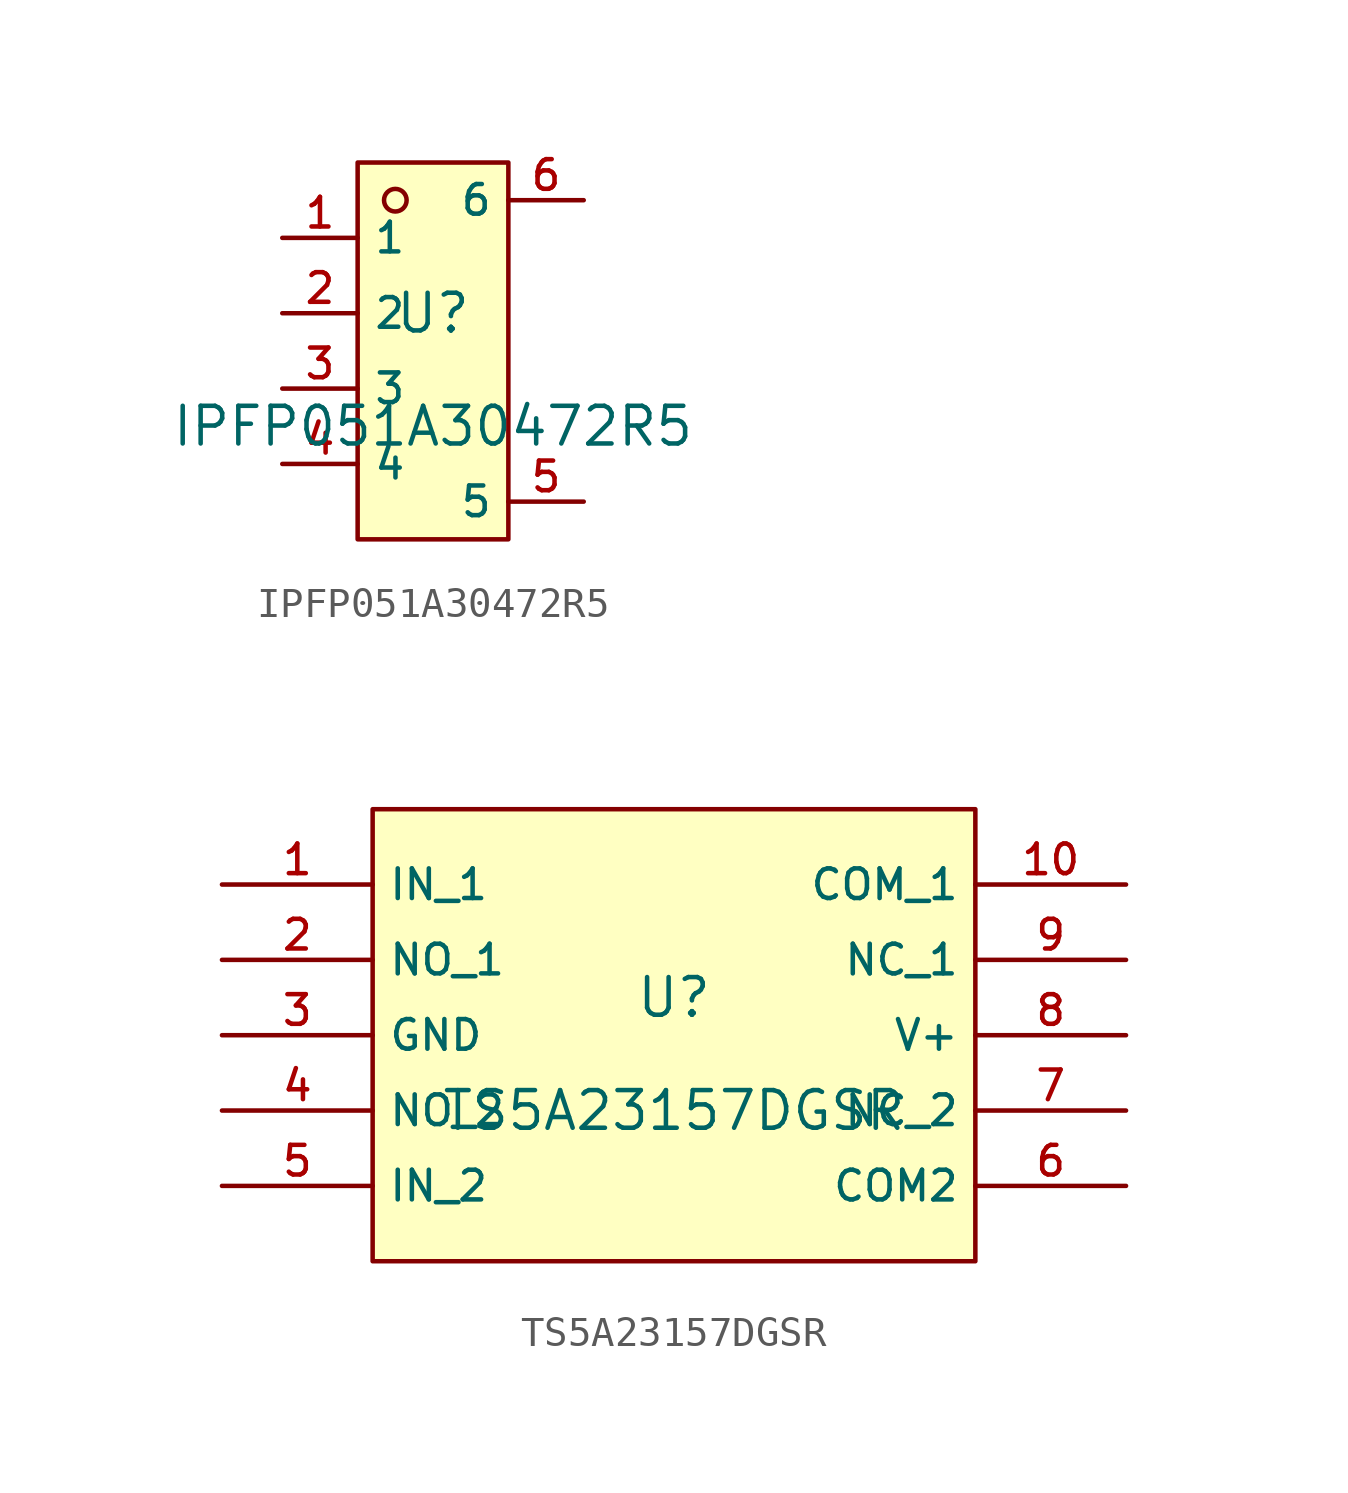
<source format=kicad_sym>
(kicad_symbol_lib
  (version 20231120)
  (generator "kicad_symbol_editor")
  (generator_version "8.0")
  (symbol "IPFP051A30472R5"
    (property "Reference" "U"
      (at 0 1.27 0)
      (effects (font (size 1.27 1.27))))
    (property "Value" "IPFP051A30472R5"
      (at 0 -2.54 0)
      (effects (font (size 1.27 1.27))))
    (symbol "IPFP051A30472R5_0_1"
      (rectangle (start -2.54 6.35) (end 2.54 -6.35) (stroke (width 0) (type default) (color 0 0 0 0)) (fill (type background)))
      (circle (center -1.27 5.08) (radius 0.381) (stroke (width 0) (type default) (color 0 0 0 0)) (fill (type background)))
      (pin unspecified line (at -5.08 3.81 0) (length 2.54) (name "1" (effects (font (size 1 1)))) (number "1" (effects (font (size 1 1)))))
      (pin unspecified line (at -5.08 1.27 0) (length 2.54) (name "2" (effects (font (size 1 1)))) (number "2" (effects (font (size 1 1)))))
      (pin unspecified line (at -5.08 -1.27 0) (length 2.54) (name "3" (effects (font (size 1 1)))) (number "3" (effects (font (size 1 1)))))
      (pin unspecified line (at -5.08 -3.81 0) (length 2.54) (name "4" (effects (font (size 1 1)))) (number "4" (effects (font (size 1 1)))))
      (pin unspecified line (at 5.08 -5.08 180) (length 2.54) (name "5" (effects (font (size 1 1)))) (number "5" (effects (font (size 1 1)))))
      (pin unspecified line (at 5.08 5.08 180) (length 2.54) (name "6" (effects (font (size 1 1)))) (number "6" (effects (font (size 1 1)))))))
  (symbol "TS5A23157DGSR"
    (property "Reference" "U"
      (at 0 1.27 0)
      (effects (font (size 1.27 1.27))))
    (property "Value" "TS5A23157DGSR"
      (at 0 -2.54 0)
      (effects (font (size 1.27 1.27))))
    (symbol "TS5A23157DGSR_0_1"
      (pin unspecified line (at -15.24 5.08 0) (length 5.08) (name "IN 1" (effects (font (size 1 1)))) (number "1" (effects (font (size 1 1)))))
      (pin unspecified line (at -15.24 2.54 0) (length 5.08) (name "NO 1" (effects (font (size 1 1)))) (number "2" (effects (font (size 1 1)))))
      (pin unspecified line (at -15.24 -0.0 0) (length 5.08) (name "GND" (effects (font (size 1 1)))) (number "3" (effects (font (size 1 1)))))
      (pin unspecified line (at -15.24 -2.54 0) (length 5.08) (name "NO 2" (effects (font (size 1 1)))) (number "4" (effects (font (size 1 1)))))
      (pin unspecified line (at -15.24 -5.08 0) (length 5.08) (name "IN 2" (effects (font (size 1 1)))) (number "5" (effects (font (size 1 1)))))
      (pin unspecified line (at 15.24 -5.08 180) (length 5.08) (name "COM2" (effects (font (size 1 1)))) (number "6" (effects (font (size 1 1)))))
      (pin unspecified line (at 15.24 -2.54 180) (length 5.08) (name "NC 2" (effects (font (size 1 1)))) (number "7" (effects (font (size 1 1)))))
      (pin unspecified line (at 15.24 -0.0 180) (length 5.08) (name "V+" (effects (font (size 1 1)))) (number "8" (effects (font (size 1 1)))))
      (pin unspecified line (at 15.24 2.54 180) (length 5.08) (name "NC 1" (effects (font (size 1 1)))) (number "9" (effects (font (size 1 1)))))
      (pin unspecified line (at 15.24 5.08 180) (length 5.08) (name "COM 1" (effects (font (size 1 1)))) (number "10" (effects (font (size 1 1)))))
      (rectangle (start -10.16 7.62) (end 10.16 -7.62) (stroke (width 0) (type default) (color 0 0 0 0)) (fill (type background))))))
</source>
